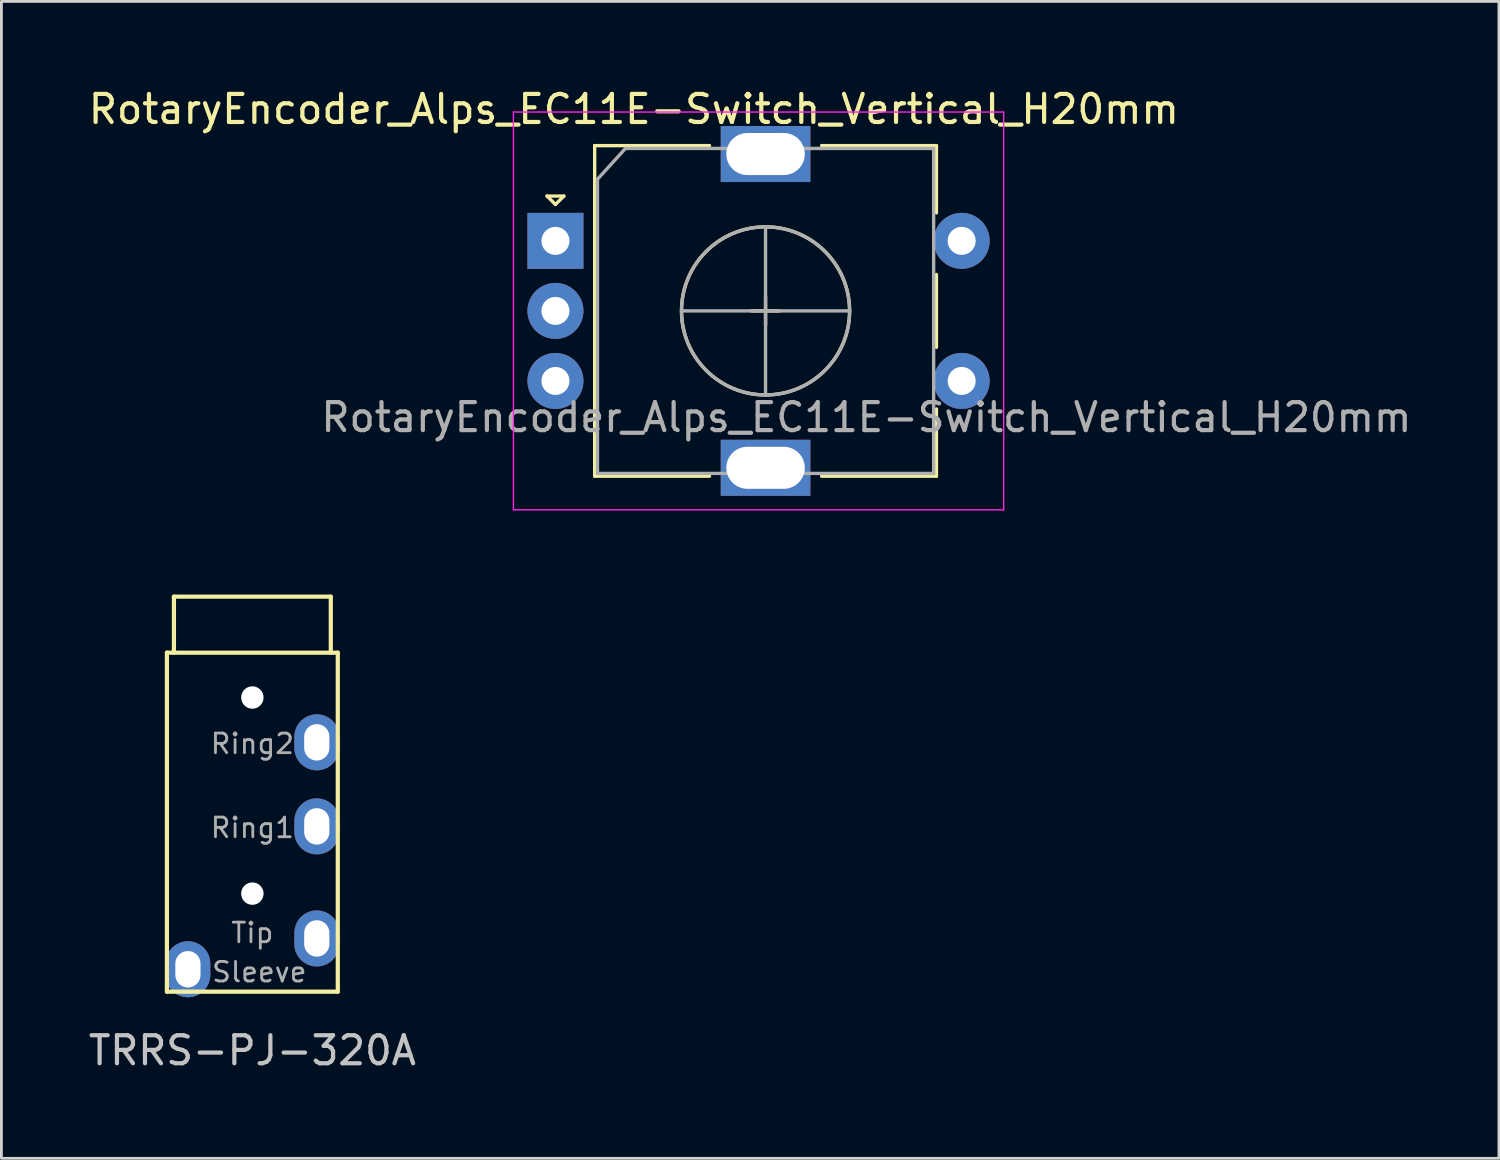
<source format=kicad_pcb>
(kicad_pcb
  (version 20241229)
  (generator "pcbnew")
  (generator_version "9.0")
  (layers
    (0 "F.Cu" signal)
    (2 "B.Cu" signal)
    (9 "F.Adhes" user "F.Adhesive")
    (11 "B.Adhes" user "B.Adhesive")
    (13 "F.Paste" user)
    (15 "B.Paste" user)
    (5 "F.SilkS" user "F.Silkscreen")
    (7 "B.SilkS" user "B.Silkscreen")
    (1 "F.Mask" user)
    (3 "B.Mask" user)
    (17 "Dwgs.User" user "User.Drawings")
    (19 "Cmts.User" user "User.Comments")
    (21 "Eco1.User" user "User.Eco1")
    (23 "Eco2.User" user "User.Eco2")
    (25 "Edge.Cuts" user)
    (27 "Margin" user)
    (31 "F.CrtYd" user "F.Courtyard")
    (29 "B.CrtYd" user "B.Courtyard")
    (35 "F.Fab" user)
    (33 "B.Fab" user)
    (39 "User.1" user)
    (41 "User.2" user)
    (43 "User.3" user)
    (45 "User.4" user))
  (footprint "TRRS-PJ-320A"
    (layer "F.Cu")
    (at 5.958 25.298)
    (property "Reference" "TRRS-PJ-320A" (at 0 9.15 0) (unlocked yes) (layer "Dwgs.User") (effects (font (size 1 1) (thickness 0.15))))
    (attr through_hole)
    (fp_line (start -3.05 -5.05) (end -3.05 7.05) (stroke (width 0.15) (type solid)) (layer "F.SilkS"))
    (fp_line (start -2.8 -5.05) (end -2.8 -7.05) (stroke (width 0.15) (type solid)) (layer "F.SilkS"))
    (fp_line (start 2.8 -7.05) (end -2.8 -7.05) (stroke (width 0.15) (type solid)) (layer "F.SilkS"))
    (fp_line (start 2.8 -5.05) (end 2.8 -7.05) (stroke (width 0.15) (type solid)) (layer "F.SilkS"))
    (fp_line (start 3.05 -5.05) (end -3.05 -5.05) (stroke (width 0.15) (type solid)) (layer "F.SilkS"))
    (fp_line (start 3.05 -5.05) (end 3.05 7.05) (stroke (width 0.15) (type solid)) (layer "F.SilkS"))
    (fp_line (start 3.05 7.05) (end -3.05 7.05) (stroke (width 0.15) (type solid)) (layer "F.SilkS"))
    (fp_text user "Ring1" (at 0 1.2 0) (unlocked yes) (layer "F.Fab") (effects (font (size 0.7 0.7) (thickness 0.1))))
    (fp_text user "Tip" (at 0 4.95 0) (unlocked yes) (layer "F.Fab") (effects (font (size 0.7 0.7) (thickness 0.1))))
    (fp_text user "Sleeve" (at 0.25 6.35 0) (unlocked yes) (layer "F.Fab") (effects (font (size 0.7 0.7) (thickness 0.1))))
    (fp_text user "Ring2" (at 0 -1.8 0) (unlocked yes) (layer "F.Fab") (effects (font (size 0.7 0.7) (thickness 0.1))))
    (pad "" np_thru_hole circle (at 0 -3.45) (size 0.8 0.8) (drill 0.8) (layers "*.Cu" "*.Mask"))
    (pad "" np_thru_hole circle (at 0 3.55) (size 0.8 0.8) (drill 0.8) (layers "*.Cu" "*.Mask"))
    (pad "1" thru_hole oval (at -2.3 6.25) (size 1.6 2) (drill oval 0.9 1.3) (layers "*.Cu" "*.Mask"))
    (pad "2" thru_hole oval (at 2.3 5.15) (size 1.6 2) (drill oval 0.9 1.3) (layers "*.Cu" "*.Mask"))
    (pad "3" thru_hole oval (at 2.3 1.15) (size 1.6 2) (drill oval 0.9 1.3) (layers "*.Cu" "*.Mask"))
    (pad "4" thru_hole oval (at 2.3 -1.85) (size 1.6 2) (drill oval 0.9 1.3) (layers "*.Cu" "*.Mask")))
  (footprint "RotaryEncoder_Alps_EC11E-Switch_Vertical_H20mm"
    (layer "F.Cu")
    (at 24.277 8.048)
    (property "Reference" "RotaryEncoder_Alps_EC11E-Switch_Vertical_H20mm" (at -4.7 -7.2 0) (layer "F.SilkS") (effects (font (size 1 1) (thickness 0.15))))
    (attr through_hole)
    (fp_line (start -7.8 -4.1) (end -7.2 -4.1) (stroke (width 0.12) (type solid)) (layer "F.SilkS"))
    (fp_line (start -7.5 -3.8) (end -7.8 -4.1) (stroke (width 0.12) (type solid)) (layer "F.SilkS"))
    (fp_line (start -7.2 -4.1) (end -7.5 -3.8) (stroke (width 0.12) (type solid)) (layer "F.SilkS"))
    (fp_line (start -6.1 -5.9) (end -6.1 5.9) (stroke (width 0.12) (type solid)) (layer "F.SilkS"))
    (fp_line (start -2 -5.9) (end -6.1 -5.9) (stroke (width 0.12) (type solid)) (layer "F.SilkS"))
    (fp_line (start -2 5.9) (end -6.1 5.9) (stroke (width 0.12) (type solid)) (layer "F.SilkS"))
    (fp_line (start -0.5 0) (end 0.5 0) (stroke (width 0.12) (type solid)) (layer "F.SilkS"))
    (fp_line (start 0 -0.5) (end 0 0.5) (stroke (width 0.12) (type solid)) (layer "F.SilkS"))
    (fp_line (start 2 -5.9) (end 6.1 -5.9) (stroke (width 0.12) (type solid)) (layer "F.SilkS"))
    (fp_line (start 6.1 -5.9) (end 6.1 -3.5) (stroke (width 0.12) (type solid)) (layer "F.SilkS"))
    (fp_line (start 6.1 -1.3) (end 6.1 1.3) (stroke (width 0.12) (type solid)) (layer "F.SilkS"))
    (fp_line (start 6.1 3.5) (end 6.1 5.9) (stroke (width 0.12) (type solid)) (layer "F.SilkS"))
    (fp_line (start 6.1 5.9) (end 2 5.9) (stroke (width 0.12) (type solid)) (layer "F.SilkS"))
    (fp_circle (center 0 0) (end 3 0) (stroke (width 0.12) (type solid)) (fill no) (layer "F.SilkS"))
    (fp_line (start -9 -7.1) (end -9 7.1) (stroke (width 0.05) (type solid)) (layer "F.CrtYd"))
    (fp_line (start -9 -7.1) (end 8.5 -7.1) (stroke (width 0.05) (type solid)) (layer "F.CrtYd"))
    (fp_line (start 8.5 7.1) (end -9 7.1) (stroke (width 0.05) (type solid)) (layer "F.CrtYd"))
    (fp_line (start 8.5 7.1) (end 8.5 -7.1) (stroke (width 0.05) (type solid)) (layer "F.CrtYd"))
    (fp_line (start -6 -4.7) (end -5 -5.8) (stroke (width 0.12) (type solid)) (layer "F.Fab"))
    (fp_line (start -6 5.8) (end -6 -4.7) (stroke (width 0.12) (type solid)) (layer "F.Fab"))
    (fp_line (start -5 -5.8) (end 6 -5.8) (stroke (width 0.12) (type solid)) (layer "F.Fab"))
    (fp_line (start -3 0) (end 3 0) (stroke (width 0.12) (type solid)) (layer "F.Fab"))
    (fp_line (start 0 -3) (end 0 3) (stroke (width 0.12) (type solid)) (layer "F.Fab"))
    (fp_line (start 6 -5.8) (end 6 5.8) (stroke (width 0.12) (type solid)) (layer "F.Fab"))
    (fp_line (start 6 5.8) (end -6 5.8) (stroke (width 0.12) (type solid)) (layer "F.Fab"))
    (fp_circle (center 0 0) (end 3 0) (stroke (width 0.12) (type solid)) (fill no) (layer "F.Fab"))
    (fp_text user "${REFERENCE}" (at 3.6 3.8 0) (layer "F.Fab") (effects (font (size 1 1) (thickness 0.15))))
    (pad "A" thru_hole rect (at -7.5 -2.5) (size 2 2) (drill 1) (layers "*.Cu" "*.Mask"))
    (pad "B" thru_hole circle (at -7.5 2.5) (size 2 2) (drill 1) (layers "*.Cu" "*.Mask"))
    (pad "C" thru_hole circle (at -7.5 0) (size 2 2) (drill 1) (layers "*.Cu" "*.Mask"))
    (pad "MP" thru_hole rect (at 0 -5.6) (size 3.2 2) (drill oval 2.8 1.5) (layers "*.Cu" "*.Mask"))
    (pad "MP" thru_hole rect (at 0 5.6) (size 3.2 2) (drill oval 2.8 1.5) (layers "*.Cu" "*.Mask"))
    (pad "S1" thru_hole circle (at 7 2.5) (size 2 2) (drill 1) (layers "*.Cu" "*.Mask"))
    (pad "S2" thru_hole circle (at 7 -2.5) (size 2 2) (drill 1) (layers "*.Cu" "*.Mask")))
  (gr_rect
    (start -3 -3)
    (end 50.455 38.297)
    (stroke (width 0.1) (type default))
    (fill no)
    (layer "Edge.Cuts")))
</source>
